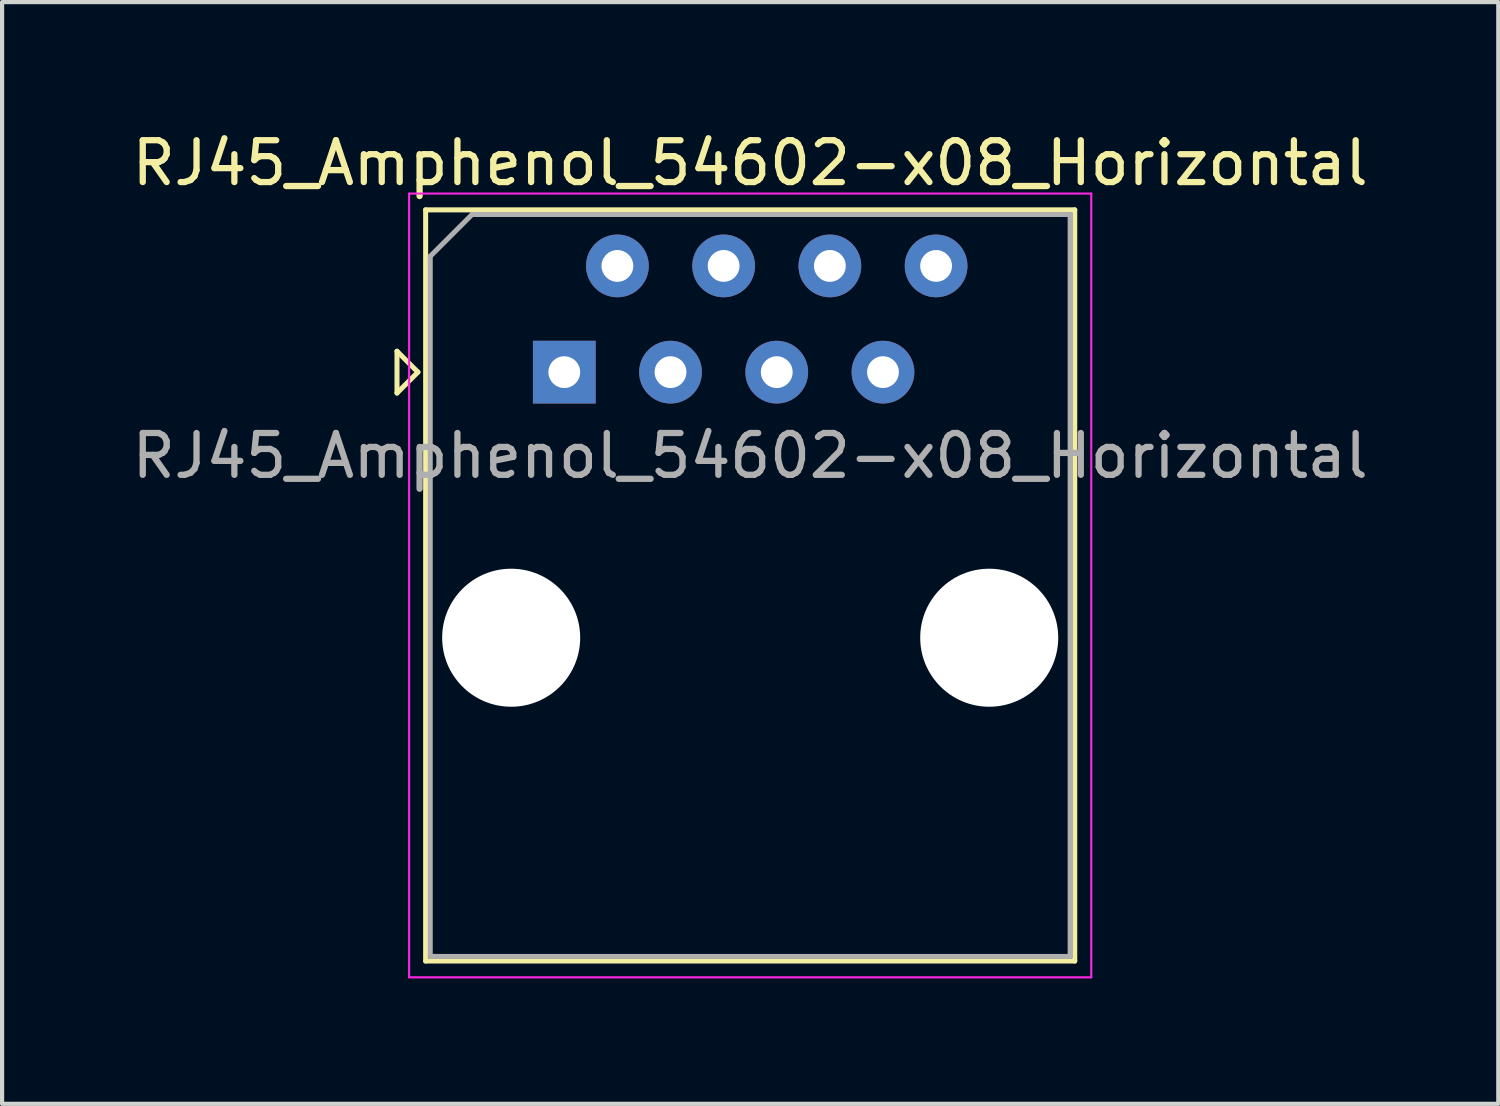
<source format=kicad_pcb>
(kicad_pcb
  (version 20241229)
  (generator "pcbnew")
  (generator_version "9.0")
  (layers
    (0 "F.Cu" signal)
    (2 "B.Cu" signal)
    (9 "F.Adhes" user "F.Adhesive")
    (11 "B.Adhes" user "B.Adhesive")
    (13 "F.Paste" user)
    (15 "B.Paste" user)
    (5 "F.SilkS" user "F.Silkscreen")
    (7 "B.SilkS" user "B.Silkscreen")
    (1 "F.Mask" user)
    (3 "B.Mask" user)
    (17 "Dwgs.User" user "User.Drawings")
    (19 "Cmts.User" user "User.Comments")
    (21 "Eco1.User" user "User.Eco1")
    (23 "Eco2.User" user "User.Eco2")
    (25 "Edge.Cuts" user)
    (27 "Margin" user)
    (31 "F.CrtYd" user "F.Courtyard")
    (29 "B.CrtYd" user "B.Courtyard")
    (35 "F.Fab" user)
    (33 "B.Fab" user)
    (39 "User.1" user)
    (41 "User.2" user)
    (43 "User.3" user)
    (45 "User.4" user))
  (footprint "RJ45_Amphenol_54602-x08_Horizontal"
    (layer "F.Cu")
    (at 10.442 5.848)
    (property "Reference" "RJ45_Amphenol_54602-x08_Horizontal" (at 4.445 -5 0) (layer "F.SilkS") (effects (font (size 1 1) (thickness 0.15))))
    (attr through_hole)
    (fp_line (start -4 -0.5) (end -4 0.5) (stroke (width 0.12) (type solid)) (layer "F.SilkS"))
    (fp_line (start -4 0.5) (end -3.5 0) (stroke (width 0.12) (type solid)) (layer "F.SilkS"))
    (fp_line (start -3.5 0) (end -4 -0.5) (stroke (width 0.12) (type solid)) (layer "F.SilkS"))
    (fp_line (start -3.315 -3.88) (end -3.315 14.08) (stroke (width 0.12) (type solid)) (layer "F.SilkS"))
    (fp_line (start -3.315 14.08) (end 12.205 14.08) (stroke (width 0.12) (type solid)) (layer "F.SilkS"))
    (fp_line (start 12.205 -3.88) (end -3.315 -3.88) (stroke (width 0.12) (type solid)) (layer "F.SilkS"))
    (fp_line (start 12.205 -3.88) (end 12.205 14.08) (stroke (width 0.12) (type solid)) (layer "F.SilkS"))
    (fp_line (start -3.71 -4.27) (end -3.71 14.47) (stroke (width 0.05) (type solid)) (layer "F.CrtYd"))
    (fp_line (start -3.71 -4.27) (end 12.6 -4.27) (stroke (width 0.05) (type solid)) (layer "F.CrtYd"))
    (fp_line (start 12.6 14.47) (end -3.71 14.47) (stroke (width 0.05) (type solid)) (layer "F.CrtYd"))
    (fp_line (start 12.6 14.47) (end 12.6 -4.27) (stroke (width 0.05) (type solid)) (layer "F.CrtYd"))
    (fp_line (start -3.205 -2.77) (end -2.205 -3.77) (stroke (width 0.12) (type solid)) (layer "F.Fab"))
    (fp_line (start -3.205 13.97) (end -3.205 -2.77) (stroke (width 0.12) (type solid)) (layer "F.Fab"))
    (fp_line (start -2.205 -3.77) (end 12.095 -3.77) (stroke (width 0.12) (type solid)) (layer "F.Fab"))
    (fp_line (start 12.095 -3.77) (end 12.095 13.97) (stroke (width 0.12) (type solid)) (layer "F.Fab"))
    (fp_line (start 12.095 13.97) (end -3.205 13.97) (stroke (width 0.12) (type solid)) (layer "F.Fab"))
    (fp_text user "${REFERENCE}" (at 4.445 2 0) (layer "F.Fab") (effects (font (size 1 1) (thickness 0.15))))
    (pad "" np_thru_hole circle (at -1.27 6.35) (size 3.3 3.3) (drill 3.3) (layers "*.Cu" "*.Mask"))
    (pad "" np_thru_hole circle (at 10.16 6.35) (size 3.3 3.3) (drill 3.3) (layers "*.Cu" "*.Mask"))
    (pad "1" thru_hole rect (at 0 0) (size 1.5 1.5) (drill 0.76) (layers "*.Cu" "*.Mask"))
    (pad "2" thru_hole circle (at 1.27 -2.54) (size 1.5 1.5) (drill 0.76) (layers "*.Cu" "*.Mask"))
    (pad "3" thru_hole circle (at 2.54 0) (size 1.5 1.5) (drill 0.76) (layers "*.Cu" "*.Mask"))
    (pad "4" thru_hole circle (at 3.81 -2.54) (size 1.5 1.5) (drill 0.76) (layers "*.Cu" "*.Mask"))
    (pad "5" thru_hole circle (at 5.08 0) (size 1.5 1.5) (drill 0.76) (layers "*.Cu" "*.Mask"))
    (pad "6" thru_hole circle (at 6.35 -2.54) (size 1.5 1.5) (drill 0.76) (layers "*.Cu" "*.Mask"))
    (pad "7" thru_hole circle (at 7.62 0) (size 1.5 1.5) (drill 0.76) (layers "*.Cu" "*.Mask"))
    (pad "8" thru_hole circle (at 8.89 -2.54) (size 1.5 1.5) (drill 0.76) (layers "*.Cu" "*.Mask")))
  (gr_rect
    (start -3 -3)
    (end 32.774 23.343)
    (stroke (width 0.1) (type default))
    (fill no)
    (layer "Edge.Cuts")))
</source>
